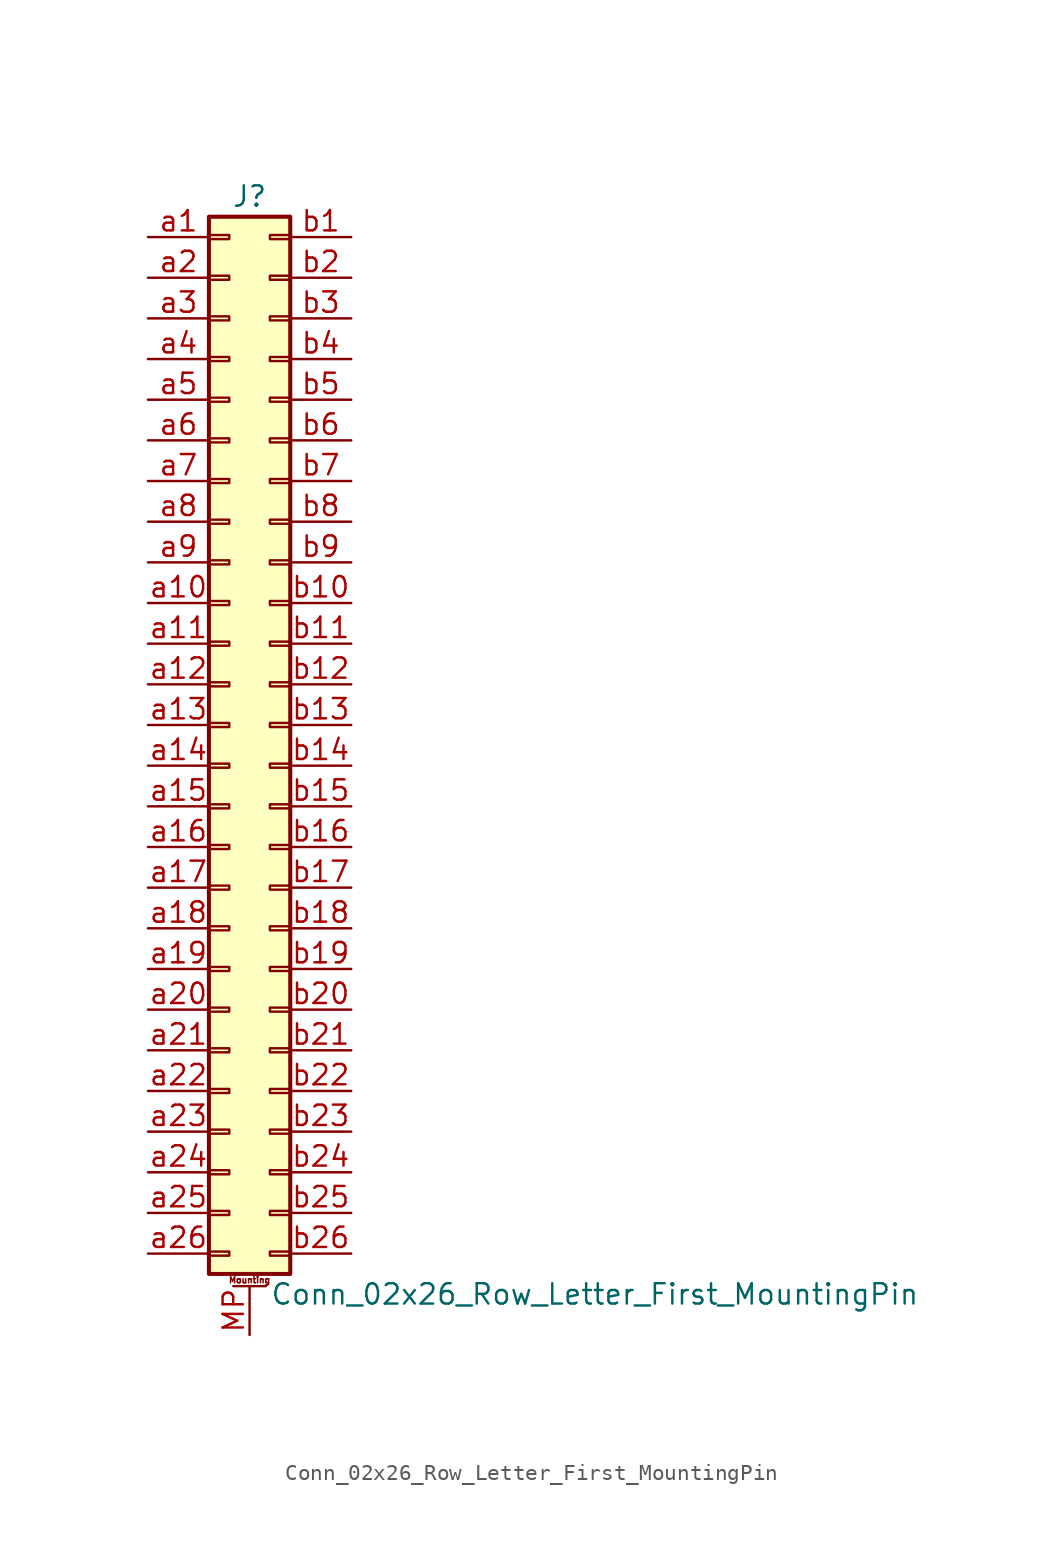
<source format=kicad_sym>
(kicad_symbol_lib
  (version 20220914)
  (generator kicad_symbol_editor)
  (symbol "Conn_02x26_Row_Letter_First_MountingPin"
    (pin_names
      (offset 1.016) hide)
    (property "Reference" "J"
      (at 1.27 33.02 0)
      (effects (font (size 1.27 1.27))))
    (property "Value" "Conn_02x26_Row_Letter_First_MountingPin"
      (at 2.54 -35.56 0)
      (effects (font (size 1.27 1.27)) (justify left)))
    (symbol "Conn_02x26_Row_Letter_First_MountingPin_1_1"
      (rectangle (start -1.27 -32.893) (end 0 -33.147) (stroke (width 0.152) (type default)) (fill (type none)))
      (rectangle (start -1.27 -30.353) (end 0 -30.607) (stroke (width 0.152) (type default)) (fill (type none)))
      (rectangle (start -1.27 -27.813) (end 0 -28.067) (stroke (width 0.152) (type default)) (fill (type none)))
      (rectangle (start -1.27 -25.273) (end 0 -25.527) (stroke (width 0.152) (type default)) (fill (type none)))
      (rectangle (start -1.27 -22.733) (end 0 -22.987) (stroke (width 0.152) (type default)) (fill (type none)))
      (rectangle (start -1.27 -20.193) (end 0 -20.447) (stroke (width 0.152) (type default)) (fill (type none)))
      (rectangle (start -1.27 -17.653) (end 0 -17.907) (stroke (width 0.152) (type default)) (fill (type none)))
      (rectangle (start -1.27 -15.113) (end 0 -15.367) (stroke (width 0.152) (type default)) (fill (type none)))
      (rectangle (start -1.27 -12.573) (end 0 -12.827) (stroke (width 0.152) (type default)) (fill (type none)))
      (rectangle (start -1.27 -10.033) (end 0 -10.287) (stroke (width 0.152) (type default)) (fill (type none)))
      (rectangle (start -1.27 -7.493) (end 0 -7.747) (stroke (width 0.152) (type default)) (fill (type none)))
      (rectangle (start -1.27 -4.953) (end 0 -5.207) (stroke (width 0.152) (type default)) (fill (type none)))
      (rectangle (start -1.27 -2.413) (end 0 -2.667) (stroke (width 0.152) (type default)) (fill (type none)))
      (rectangle (start -1.27 0.127) (end 0 -0.127) (stroke (width 0.152) (type default)) (fill (type none)))
      (rectangle (start -1.27 2.667) (end 0 2.413) (stroke (width 0.152) (type default)) (fill (type none)))
      (rectangle (start -1.27 5.207) (end 0 4.953) (stroke (width 0.152) (type default)) (fill (type none)))
      (rectangle (start -1.27 7.747) (end 0 7.493) (stroke (width 0.152) (type default)) (fill (type none)))
      (rectangle (start -1.27 10.287) (end 0 10.033) (stroke (width 0.152) (type default)) (fill (type none)))
      (rectangle (start -1.27 12.827) (end 0 12.573) (stroke (width 0.152) (type default)) (fill (type none)))
      (rectangle (start -1.27 15.367) (end 0 15.113) (stroke (width 0.152) (type default)) (fill (type none)))
      (rectangle (start -1.27 17.907) (end 0 17.653) (stroke (width 0.152) (type default)) (fill (type none)))
      (rectangle (start -1.27 20.447) (end 0 20.193) (stroke (width 0.152) (type default)) (fill (type none)))
      (rectangle (start -1.27 22.987) (end 0 22.733) (stroke (width 0.152) (type default)) (fill (type none)))
      (rectangle (start -1.27 25.527) (end 0 25.273) (stroke (width 0.152) (type default)) (fill (type none)))
      (rectangle (start -1.27 28.067) (end 0 27.813) (stroke (width 0.152) (type default)) (fill (type none)))
      (rectangle (start -1.27 30.607) (end 0 30.353) (stroke (width 0.152) (type default)) (fill (type none)))
      (rectangle (start -1.27 31.75) (end 3.81 -34.29) (stroke (width 0.254) (type default)) (fill (type background)))
      (polyline (pts (xy 0.254 -35.052) (xy 2.286 -35.052)) (stroke (width 0.152) (type default)) (fill (type none)))
      (rectangle (start 3.81 -32.893) (end 2.54 -33.147) (stroke (width 0.152) (type default)) (fill (type none)))
      (rectangle (start 3.81 -30.353) (end 2.54 -30.607) (stroke (width 0.152) (type default)) (fill (type none)))
      (rectangle (start 3.81 -27.813) (end 2.54 -28.067) (stroke (width 0.152) (type default)) (fill (type none)))
      (rectangle (start 3.81 -25.273) (end 2.54 -25.527) (stroke (width 0.152) (type default)) (fill (type none)))
      (rectangle (start 3.81 -22.733) (end 2.54 -22.987) (stroke (width 0.152) (type default)) (fill (type none)))
      (rectangle (start 3.81 -20.193) (end 2.54 -20.447) (stroke (width 0.152) (type default)) (fill (type none)))
      (rectangle (start 3.81 -17.653) (end 2.54 -17.907) (stroke (width 0.152) (type default)) (fill (type none)))
      (rectangle (start 3.81 -15.113) (end 2.54 -15.367) (stroke (width 0.152) (type default)) (fill (type none)))
      (rectangle (start 3.81 -12.573) (end 2.54 -12.827) (stroke (width 0.152) (type default)) (fill (type none)))
      (rectangle (start 3.81 -10.033) (end 2.54 -10.287) (stroke (width 0.152) (type default)) (fill (type none)))
      (rectangle (start 3.81 -7.493) (end 2.54 -7.747) (stroke (width 0.152) (type default)) (fill (type none)))
      (rectangle (start 3.81 -4.953) (end 2.54 -5.207) (stroke (width 0.152) (type default)) (fill (type none)))
      (rectangle (start 3.81 -2.413) (end 2.54 -2.667) (stroke (width 0.152) (type default)) (fill (type none)))
      (rectangle (start 3.81 0.127) (end 2.54 -0.127) (stroke (width 0.152) (type default)) (fill (type none)))
      (rectangle (start 3.81 2.667) (end 2.54 2.413) (stroke (width 0.152) (type default)) (fill (type none)))
      (rectangle (start 3.81 5.207) (end 2.54 4.953) (stroke (width 0.152) (type default)) (fill (type none)))
      (rectangle (start 3.81 7.747) (end 2.54 7.493) (stroke (width 0.152) (type default)) (fill (type none)))
      (rectangle (start 3.81 10.287) (end 2.54 10.033) (stroke (width 0.152) (type default)) (fill (type none)))
      (rectangle (start 3.81 12.827) (end 2.54 12.573) (stroke (width 0.152) (type default)) (fill (type none)))
      (rectangle (start 3.81 15.367) (end 2.54 15.113) (stroke (width 0.152) (type default)) (fill (type none)))
      (rectangle (start 3.81 17.907) (end 2.54 17.653) (stroke (width 0.152) (type default)) (fill (type none)))
      (rectangle (start 3.81 20.447) (end 2.54 20.193) (stroke (width 0.152) (type default)) (fill (type none)))
      (rectangle (start 3.81 22.987) (end 2.54 22.733) (stroke (width 0.152) (type default)) (fill (type none)))
      (rectangle (start 3.81 25.527) (end 2.54 25.273) (stroke (width 0.152) (type default)) (fill (type none)))
      (rectangle (start 3.81 28.067) (end 2.54 27.813) (stroke (width 0.152) (type default)) (fill (type none)))
      (rectangle (start 3.81 30.607) (end 2.54 30.353) (stroke (width 0.152) (type default)) (fill (type none)))
      (text "Mounting" (at 1.27 -34.671 0) (effects (font (size 0.381 0.381))))
      (pin passive line (at 1.27 -38.1 90) (length 3.048) (name "MountPin" (effects (font (size 1.27 1.27)))) (number "MP" (effects (font (size 1.27 1.27)))))
      (pin passive line (at -5.08 30.48 0) (length 3.81) (name "Pin_a1" (effects (font (size 1.27 1.27)))) (number "a1" (effects (font (size 1.27 1.27)))))
      (pin passive line (at -5.08 7.62 0) (length 3.81) (name "Pin_a10" (effects (font (size 1.27 1.27)))) (number "a10" (effects (font (size 1.27 1.27)))))
      (pin passive line (at -5.08 5.08 0) (length 3.81) (name "Pin_a11" (effects (font (size 1.27 1.27)))) (number "a11" (effects (font (size 1.27 1.27)))))
      (pin passive line (at -5.08 2.54 0) (length 3.81) (name "Pin_a12" (effects (font (size 1.27 1.27)))) (number "a12" (effects (font (size 1.27 1.27)))))
      (pin passive line (at -5.08 0 0) (length 3.81) (name "Pin_a13" (effects (font (size 1.27 1.27)))) (number "a13" (effects (font (size 1.27 1.27)))))
      (pin passive line (at -5.08 -2.54 0) (length 3.81) (name "Pin_a14" (effects (font (size 1.27 1.27)))) (number "a14" (effects (font (size 1.27 1.27)))))
      (pin passive line (at -5.08 -5.08 0) (length 3.81) (name "Pin_a15" (effects (font (size 1.27 1.27)))) (number "a15" (effects (font (size 1.27 1.27)))))
      (pin passive line (at -5.08 -7.62 0) (length 3.81) (name "Pin_a16" (effects (font (size 1.27 1.27)))) (number "a16" (effects (font (size 1.27 1.27)))))
      (pin passive line (at -5.08 -10.16 0) (length 3.81) (name "Pin_a17" (effects (font (size 1.27 1.27)))) (number "a17" (effects (font (size 1.27 1.27)))))
      (pin passive line (at -5.08 -12.7 0) (length 3.81) (name "Pin_a18" (effects (font (size 1.27 1.27)))) (number "a18" (effects (font (size 1.27 1.27)))))
      (pin passive line (at -5.08 -15.24 0) (length 3.81) (name "Pin_a19" (effects (font (size 1.27 1.27)))) (number "a19" (effects (font (size 1.27 1.27)))))
      (pin passive line (at -5.08 27.94 0) (length 3.81) (name "Pin_a2" (effects (font (size 1.27 1.27)))) (number "a2" (effects (font (size 1.27 1.27)))))
      (pin passive line (at -5.08 -17.78 0) (length 3.81) (name "Pin_a20" (effects (font (size 1.27 1.27)))) (number "a20" (effects (font (size 1.27 1.27)))))
      (pin passive line (at -5.08 -20.32 0) (length 3.81) (name "Pin_a21" (effects (font (size 1.27 1.27)))) (number "a21" (effects (font (size 1.27 1.27)))))
      (pin passive line (at -5.08 -22.86 0) (length 3.81) (name "Pin_a22" (effects (font (size 1.27 1.27)))) (number "a22" (effects (font (size 1.27 1.27)))))
      (pin passive line (at -5.08 -25.4 0) (length 3.81) (name "Pin_a23" (effects (font (size 1.27 1.27)))) (number "a23" (effects (font (size 1.27 1.27)))))
      (pin passive line (at -5.08 -27.94 0) (length 3.81) (name "Pin_a24" (effects (font (size 1.27 1.27)))) (number "a24" (effects (font (size 1.27 1.27)))))
      (pin passive line (at -5.08 -30.48 0) (length 3.81) (name "Pin_a25" (effects (font (size 1.27 1.27)))) (number "a25" (effects (font (size 1.27 1.27)))))
      (pin passive line (at -5.08 -33.02 0) (length 3.81) (name "Pin_a26" (effects (font (size 1.27 1.27)))) (number "a26" (effects (font (size 1.27 1.27)))))
      (pin passive line (at -5.08 25.4 0) (length 3.81) (name "Pin_a3" (effects (font (size 1.27 1.27)))) (number "a3" (effects (font (size 1.27 1.27)))))
      (pin passive line (at -5.08 22.86 0) (length 3.81) (name "Pin_a4" (effects (font (size 1.27 1.27)))) (number "a4" (effects (font (size 1.27 1.27)))))
      (pin passive line (at -5.08 20.32 0) (length 3.81) (name "Pin_a5" (effects (font (size 1.27 1.27)))) (number "a5" (effects (font (size 1.27 1.27)))))
      (pin passive line (at -5.08 17.78 0) (length 3.81) (name "Pin_a6" (effects (font (size 1.27 1.27)))) (number "a6" (effects (font (size 1.27 1.27)))))
      (pin passive line (at -5.08 15.24 0) (length 3.81) (name "Pin_a7" (effects (font (size 1.27 1.27)))) (number "a7" (effects (font (size 1.27 1.27)))))
      (pin passive line (at -5.08 12.7 0) (length 3.81) (name "Pin_a8" (effects (font (size 1.27 1.27)))) (number "a8" (effects (font (size 1.27 1.27)))))
      (pin passive line (at -5.08 10.16 0) (length 3.81) (name "Pin_a9" (effects (font (size 1.27 1.27)))) (number "a9" (effects (font (size 1.27 1.27)))))
      (pin passive line (at 7.62 30.48 180) (length 3.81) (name "Pin_b1" (effects (font (size 1.27 1.27)))) (number "b1" (effects (font (size 1.27 1.27)))))
      (pin passive line (at 7.62 7.62 180) (length 3.81) (name "Pin_b10" (effects (font (size 1.27 1.27)))) (number "b10" (effects (font (size 1.27 1.27)))))
      (pin passive line (at 7.62 5.08 180) (length 3.81) (name "Pin_b11" (effects (font (size 1.27 1.27)))) (number "b11" (effects (font (size 1.27 1.27)))))
      (pin passive line (at 7.62 2.54 180) (length 3.81) (name "Pin_b12" (effects (font (size 1.27 1.27)))) (number "b12" (effects (font (size 1.27 1.27)))))
      (pin passive line (at 7.62 0 180) (length 3.81) (name "Pin_b13" (effects (font (size 1.27 1.27)))) (number "b13" (effects (font (size 1.27 1.27)))))
      (pin passive line (at 7.62 -2.54 180) (length 3.81) (name "Pin_b14" (effects (font (size 1.27 1.27)))) (number "b14" (effects (font (size 1.27 1.27)))))
      (pin passive line (at 7.62 -5.08 180) (length 3.81) (name "Pin_b15" (effects (font (size 1.27 1.27)))) (number "b15" (effects (font (size 1.27 1.27)))))
      (pin passive line (at 7.62 -7.62 180) (length 3.81) (name "Pin_b16" (effects (font (size 1.27 1.27)))) (number "b16" (effects (font (size 1.27 1.27)))))
      (pin passive line (at 7.62 -10.16 180) (length 3.81) (name "Pin_b17" (effects (font (size 1.27 1.27)))) (number "b17" (effects (font (size 1.27 1.27)))))
      (pin passive line (at 7.62 -12.7 180) (length 3.81) (name "Pin_b18" (effects (font (size 1.27 1.27)))) (number "b18" (effects (font (size 1.27 1.27)))))
      (pin passive line (at 7.62 -15.24 180) (length 3.81) (name "Pin_b19" (effects (font (size 1.27 1.27)))) (number "b19" (effects (font (size 1.27 1.27)))))
      (pin passive line (at 7.62 27.94 180) (length 3.81) (name "Pin_b2" (effects (font (size 1.27 1.27)))) (number "b2" (effects (font (size 1.27 1.27)))))
      (pin passive line (at 7.62 -17.78 180) (length 3.81) (name "Pin_b20" (effects (font (size 1.27 1.27)))) (number "b20" (effects (font (size 1.27 1.27)))))
      (pin passive line (at 7.62 -20.32 180) (length 3.81) (name "Pin_b21" (effects (font (size 1.27 1.27)))) (number "b21" (effects (font (size 1.27 1.27)))))
      (pin passive line (at 7.62 -22.86 180) (length 3.81) (name "Pin_b22" (effects (font (size 1.27 1.27)))) (number "b22" (effects (font (size 1.27 1.27)))))
      (pin passive line (at 7.62 -25.4 180) (length 3.81) (name "Pin_b23" (effects (font (size 1.27 1.27)))) (number "b23" (effects (font (size 1.27 1.27)))))
      (pin passive line (at 7.62 -27.94 180) (length 3.81) (name "Pin_b24" (effects (font (size 1.27 1.27)))) (number "b24" (effects (font (size 1.27 1.27)))))
      (pin passive line (at 7.62 -30.48 180) (length 3.81) (name "Pin_b25" (effects (font (size 1.27 1.27)))) (number "b25" (effects (font (size 1.27 1.27)))))
      (pin passive line (at 7.62 -33.02 180) (length 3.81) (name "Pin_b26" (effects (font (size 1.27 1.27)))) (number "b26" (effects (font (size 1.27 1.27)))))
      (pin passive line (at 7.62 25.4 180) (length 3.81) (name "Pin_b3" (effects (font (size 1.27 1.27)))) (number "b3" (effects (font (size 1.27 1.27)))))
      (pin passive line (at 7.62 22.86 180) (length 3.81) (name "Pin_b4" (effects (font (size 1.27 1.27)))) (number "b4" (effects (font (size 1.27 1.27)))))
      (pin passive line (at 7.62 20.32 180) (length 3.81) (name "Pin_b5" (effects (font (size 1.27 1.27)))) (number "b5" (effects (font (size 1.27 1.27)))))
      (pin passive line (at 7.62 17.78 180) (length 3.81) (name "Pin_b6" (effects (font (size 1.27 1.27)))) (number "b6" (effects (font (size 1.27 1.27)))))
      (pin passive line (at 7.62 15.24 180) (length 3.81) (name "Pin_b7" (effects (font (size 1.27 1.27)))) (number "b7" (effects (font (size 1.27 1.27)))))
      (pin passive line (at 7.62 12.7 180) (length 3.81) (name "Pin_b8" (effects (font (size 1.27 1.27)))) (number "b8" (effects (font (size 1.27 1.27)))))
      (pin passive line (at 7.62 10.16 180) (length 3.81) (name "Pin_b9" (effects (font (size 1.27 1.27)))) (number "b9" (effects (font (size 1.27 1.27))))))))
</source>
